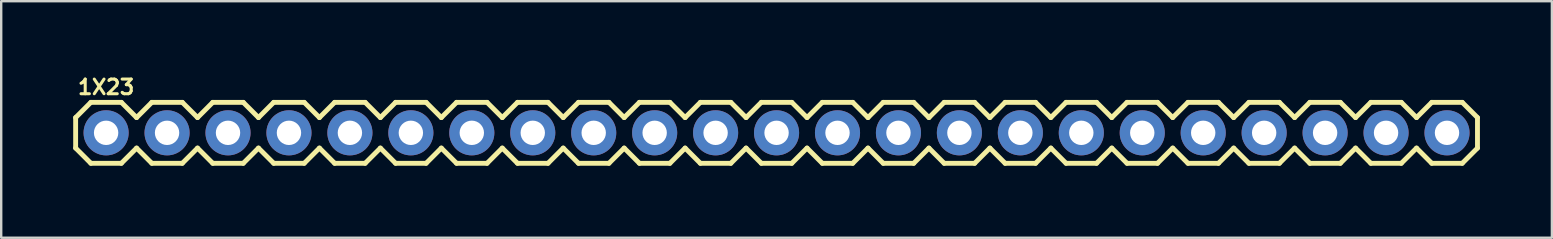
<source format=kicad_pcb>
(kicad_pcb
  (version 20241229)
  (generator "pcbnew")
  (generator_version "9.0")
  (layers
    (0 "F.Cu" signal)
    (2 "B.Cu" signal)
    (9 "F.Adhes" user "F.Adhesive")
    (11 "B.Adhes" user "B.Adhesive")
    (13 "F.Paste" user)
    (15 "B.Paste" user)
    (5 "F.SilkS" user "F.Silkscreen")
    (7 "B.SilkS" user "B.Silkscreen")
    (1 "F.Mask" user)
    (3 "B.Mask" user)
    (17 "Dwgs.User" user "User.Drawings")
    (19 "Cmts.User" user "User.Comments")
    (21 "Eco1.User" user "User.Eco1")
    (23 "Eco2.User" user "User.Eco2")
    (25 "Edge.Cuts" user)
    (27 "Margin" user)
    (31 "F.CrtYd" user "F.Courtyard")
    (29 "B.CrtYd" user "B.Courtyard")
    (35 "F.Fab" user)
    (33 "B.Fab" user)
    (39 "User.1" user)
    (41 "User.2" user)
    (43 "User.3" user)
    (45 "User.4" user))
  (footprint "1X23"
    (layer "F.Cu")
    (at 28.042 2.485)
    (property "Reference" "1X23" (at -26.67 -1.905 0) (layer "F.SilkS") (effects (font (size 0.61 0.61) (thickness 0.127))))
    (attr exclude_from_pos_files exclude_from_bom)
    (fp_line (start -27.94 -0.635) (end -27.94 0.635) (stroke (width 0.203) (type solid)) (layer "F.SilkS"))
    (fp_line (start -27.94 -0.635) (end -27.305 -1.27) (stroke (width 0.203) (type solid)) (layer "F.SilkS"))
    (fp_line (start -27.305 -1.27) (end -26.035 -1.27) (stroke (width 0.203) (type solid)) (layer "F.SilkS"))
    (fp_line (start -27.305 1.27) (end -27.94 0.635) (stroke (width 0.203) (type solid)) (layer "F.SilkS"))
    (fp_line (start -26.035 -1.27) (end -25.4 -0.635) (stroke (width 0.203) (type solid)) (layer "F.SilkS"))
    (fp_line (start -26.035 1.27) (end -27.305 1.27) (stroke (width 0.203) (type solid)) (layer "F.SilkS"))
    (fp_line (start -25.4 -0.635) (end -24.765 -1.27) (stroke (width 0.203) (type solid)) (layer "F.SilkS"))
    (fp_line (start -25.4 0.635) (end -26.035 1.27) (stroke (width 0.203) (type solid)) (layer "F.SilkS"))
    (fp_line (start -24.765 -1.27) (end -23.495 -1.27) (stroke (width 0.203) (type solid)) (layer "F.SilkS"))
    (fp_line (start -24.765 1.27) (end -25.4 0.635) (stroke (width 0.203) (type solid)) (layer "F.SilkS"))
    (fp_line (start -23.495 -1.27) (end -22.86 -0.635) (stroke (width 0.203) (type solid)) (layer "F.SilkS"))
    (fp_line (start -23.495 1.27) (end -24.765 1.27) (stroke (width 0.203) (type solid)) (layer "F.SilkS"))
    (fp_line (start -22.86 0.635) (end -23.495 1.27) (stroke (width 0.203) (type solid)) (layer "F.SilkS"))
    (fp_line (start -22.86 0.635) (end -22.225 1.27) (stroke (width 0.203) (type solid)) (layer "F.SilkS"))
    (fp_line (start -22.225 -1.27) (end -22.86 -0.635) (stroke (width 0.203) (type solid)) (layer "F.SilkS"))
    (fp_line (start -22.225 -1.27) (end -20.955 -1.27) (stroke (width 0.203) (type solid)) (layer "F.SilkS"))
    (fp_line (start -20.955 -1.27) (end -20.32 -0.635) (stroke (width 0.203) (type solid)) (layer "F.SilkS"))
    (fp_line (start -20.955 1.27) (end -22.225 1.27) (stroke (width 0.203) (type solid)) (layer "F.SilkS"))
    (fp_line (start -20.32 -0.635) (end -19.685 -1.27) (stroke (width 0.203) (type solid)) (layer "F.SilkS"))
    (fp_line (start -20.32 0.635) (end -20.955 1.27) (stroke (width 0.203) (type solid)) (layer "F.SilkS"))
    (fp_line (start -19.685 -1.27) (end -18.415 -1.27) (stroke (width 0.203) (type solid)) (layer "F.SilkS"))
    (fp_line (start -19.685 1.27) (end -20.32 0.635) (stroke (width 0.203) (type solid)) (layer "F.SilkS"))
    (fp_line (start -18.415 -1.27) (end -17.78 -0.635) (stroke (width 0.203) (type solid)) (layer "F.SilkS"))
    (fp_line (start -18.415 1.27) (end -19.685 1.27) (stroke (width 0.203) (type solid)) (layer "F.SilkS"))
    (fp_line (start -17.78 -0.635) (end -17.145 -1.27) (stroke (width 0.203) (type solid)) (layer "F.SilkS"))
    (fp_line (start -17.78 0.635) (end -18.415 1.27) (stroke (width 0.203) (type solid)) (layer "F.SilkS"))
    (fp_line (start -17.145 -1.27) (end -15.875 -1.27) (stroke (width 0.203) (type solid)) (layer "F.SilkS"))
    (fp_line (start -17.145 1.27) (end -17.78 0.635) (stroke (width 0.203) (type solid)) (layer "F.SilkS"))
    (fp_line (start -15.875 -1.27) (end -15.24 -0.635) (stroke (width 0.203) (type solid)) (layer "F.SilkS"))
    (fp_line (start -15.875 1.27) (end -17.145 1.27) (stroke (width 0.203) (type solid)) (layer "F.SilkS"))
    (fp_line (start -15.24 0.635) (end -15.875 1.27) (stroke (width 0.203) (type solid)) (layer "F.SilkS"))
    (fp_line (start -15.24 0.635) (end -14.605 1.27) (stroke (width 0.203) (type solid)) (layer "F.SilkS"))
    (fp_line (start -14.605 -1.27) (end -15.24 -0.635) (stroke (width 0.203) (type solid)) (layer "F.SilkS"))
    (fp_line (start -14.605 -1.27) (end -13.335 -1.27) (stroke (width 0.203) (type solid)) (layer "F.SilkS"))
    (fp_line (start -13.335 -1.27) (end -12.7 -0.635) (stroke (width 0.203) (type solid)) (layer "F.SilkS"))
    (fp_line (start -13.335 1.27) (end -14.605 1.27) (stroke (width 0.203) (type solid)) (layer "F.SilkS"))
    (fp_line (start -12.7 0.635) (end -13.335 1.27) (stroke (width 0.203) (type solid)) (layer "F.SilkS"))
    (fp_line (start -12.7 0.635) (end -12.065 1.27) (stroke (width 0.203) (type solid)) (layer "F.SilkS"))
    (fp_line (start -12.065 -1.27) (end -12.7 -0.635) (stroke (width 0.203) (type solid)) (layer "F.SilkS"))
    (fp_line (start -12.065 -1.27) (end -10.795 -1.27) (stroke (width 0.203) (type solid)) (layer "F.SilkS"))
    (fp_line (start -10.795 -1.27) (end -10.16 -0.635) (stroke (width 0.203) (type solid)) (layer "F.SilkS"))
    (fp_line (start -10.795 1.27) (end -12.065 1.27) (stroke (width 0.203) (type solid)) (layer "F.SilkS"))
    (fp_line (start -10.16 -0.635) (end -9.525 -1.27) (stroke (width 0.203) (type solid)) (layer "F.SilkS"))
    (fp_line (start -10.16 0.635) (end -10.795 1.27) (stroke (width 0.203) (type solid)) (layer "F.SilkS"))
    (fp_line (start -9.525 -1.27) (end -8.255 -1.27) (stroke (width 0.203) (type solid)) (layer "F.SilkS"))
    (fp_line (start -9.525 1.27) (end -10.16 0.635) (stroke (width 0.203) (type solid)) (layer "F.SilkS"))
    (fp_line (start -8.255 -1.27) (end -7.62 -0.635) (stroke (width 0.203) (type solid)) (layer "F.SilkS"))
    (fp_line (start -8.255 1.27) (end -9.525 1.27) (stroke (width 0.203) (type solid)) (layer "F.SilkS"))
    (fp_line (start -7.62 -0.635) (end -6.985 -1.27) (stroke (width 0.203) (type solid)) (layer "F.SilkS"))
    (fp_line (start -7.62 0.635) (end -8.255 1.27) (stroke (width 0.203) (type solid)) (layer "F.SilkS"))
    (fp_line (start -6.985 -1.27) (end -5.715 -1.27) (stroke (width 0.203) (type solid)) (layer "F.SilkS"))
    (fp_line (start -6.985 1.27) (end -7.62 0.635) (stroke (width 0.203) (type solid)) (layer "F.SilkS"))
    (fp_line (start -5.715 -1.27) (end -5.08 -0.635) (stroke (width 0.203) (type solid)) (layer "F.SilkS"))
    (fp_line (start -5.715 1.27) (end -6.985 1.27) (stroke (width 0.203) (type solid)) (layer "F.SilkS"))
    (fp_line (start -5.08 0.635) (end -5.715 1.27) (stroke (width 0.203) (type solid)) (layer "F.SilkS"))
    (fp_line (start -5.08 0.635) (end -4.445 1.27) (stroke (width 0.203) (type solid)) (layer "F.SilkS"))
    (fp_line (start -4.445 -1.27) (end -5.08 -0.635) (stroke (width 0.203) (type solid)) (layer "F.SilkS"))
    (fp_line (start -4.445 -1.27) (end -3.175 -1.27) (stroke (width 0.203) (type solid)) (layer "F.SilkS"))
    (fp_line (start -3.175 -1.27) (end -2.54 -0.635) (stroke (width 0.203) (type solid)) (layer "F.SilkS"))
    (fp_line (start -3.175 1.27) (end -4.445 1.27) (stroke (width 0.203) (type solid)) (layer "F.SilkS"))
    (fp_line (start -2.54 -0.635) (end -1.905 -1.27) (stroke (width 0.203) (type solid)) (layer "F.SilkS"))
    (fp_line (start -2.54 0.635) (end -3.175 1.27) (stroke (width 0.203) (type solid)) (layer "F.SilkS"))
    (fp_line (start -1.905 -1.27) (end -0.635 -1.27) (stroke (width 0.203) (type solid)) (layer "F.SilkS"))
    (fp_line (start -1.905 1.27) (end -2.54 0.635) (stroke (width 0.203) (type solid)) (layer "F.SilkS"))
    (fp_line (start -0.635 -1.27) (end 0 -0.635) (stroke (width 0.203) (type solid)) (layer "F.SilkS"))
    (fp_line (start -0.635 1.27) (end -1.905 1.27) (stroke (width 0.203) (type solid)) (layer "F.SilkS"))
    (fp_line (start 0 -0.635) (end 0.635 -1.27) (stroke (width 0.203) (type solid)) (layer "F.SilkS"))
    (fp_line (start 0 0.635) (end -0.635 1.27) (stroke (width 0.203) (type solid)) (layer "F.SilkS"))
    (fp_line (start 0.635 -1.27) (end 1.905 -1.27) (stroke (width 0.203) (type solid)) (layer "F.SilkS"))
    (fp_line (start 0.635 1.27) (end 0 0.635) (stroke (width 0.203) (type solid)) (layer "F.SilkS"))
    (fp_line (start 1.905 -1.27) (end 2.54 -0.635) (stroke (width 0.203) (type solid)) (layer "F.SilkS"))
    (fp_line (start 1.905 1.27) (end 0.635 1.27) (stroke (width 0.203) (type solid)) (layer "F.SilkS"))
    (fp_line (start 2.54 0.635) (end 1.905 1.27) (stroke (width 0.203) (type solid)) (layer "F.SilkS"))
    (fp_line (start 2.54 0.635) (end 3.175 1.27) (stroke (width 0.203) (type solid)) (layer "F.SilkS"))
    (fp_line (start 3.175 -1.27) (end 2.54 -0.635) (stroke (width 0.203) (type solid)) (layer "F.SilkS"))
    (fp_line (start 3.175 -1.27) (end 4.445 -1.27) (stroke (width 0.203) (type solid)) (layer "F.SilkS"))
    (fp_line (start 4.445 -1.27) (end 5.08 -0.635) (stroke (width 0.203) (type solid)) (layer "F.SilkS"))
    (fp_line (start 4.445 1.27) (end 3.175 1.27) (stroke (width 0.203) (type solid)) (layer "F.SilkS"))
    (fp_line (start 5.08 0.635) (end 4.445 1.27) (stroke (width 0.203) (type solid)) (layer "F.SilkS"))
    (fp_line (start 5.08 0.635) (end 5.715 1.27) (stroke (width 0.203) (type solid)) (layer "F.SilkS"))
    (fp_line (start 5.715 -1.27) (end 5.08 -0.635) (stroke (width 0.203) (type solid)) (layer "F.SilkS"))
    (fp_line (start 5.715 -1.27) (end 6.985 -1.27) (stroke (width 0.203) (type solid)) (layer "F.SilkS"))
    (fp_line (start 6.985 -1.27) (end 7.62 -0.635) (stroke (width 0.203) (type solid)) (layer "F.SilkS"))
    (fp_line (start 6.985 1.27) (end 5.715 1.27) (stroke (width 0.203) (type solid)) (layer "F.SilkS"))
    (fp_line (start 7.62 0.635) (end 6.985 1.27) (stroke (width 0.203) (type solid)) (layer "F.SilkS"))
    (fp_line (start 7.62 0.635) (end 8.255 1.27) (stroke (width 0.203) (type solid)) (layer "F.SilkS"))
    (fp_line (start 8.255 -1.27) (end 7.62 -0.635) (stroke (width 0.203) (type solid)) (layer "F.SilkS"))
    (fp_line (start 8.255 -1.27) (end 9.525 -1.27) (stroke (width 0.203) (type solid)) (layer "F.SilkS"))
    (fp_line (start 9.525 -1.27) (end 10.16 -0.635) (stroke (width 0.203) (type solid)) (layer "F.SilkS"))
    (fp_line (start 9.525 1.27) (end 8.255 1.27) (stroke (width 0.203) (type solid)) (layer "F.SilkS"))
    (fp_line (start 10.16 0.635) (end 9.525 1.27) (stroke (width 0.203) (type solid)) (layer "F.SilkS"))
    (fp_line (start 10.16 0.635) (end 10.795 1.27) (stroke (width 0.203) (type solid)) (layer "F.SilkS"))
    (fp_line (start 10.795 -1.27) (end 10.16 -0.635) (stroke (width 0.203) (type solid)) (layer "F.SilkS"))
    (fp_line (start 10.795 -1.27) (end 12.065 -1.27) (stroke (width 0.203) (type solid)) (layer "F.SilkS"))
    (fp_line (start 12.065 -1.27) (end 12.7 -0.635) (stroke (width 0.203) (type solid)) (layer "F.SilkS"))
    (fp_line (start 12.065 1.27) (end 10.795 1.27) (stroke (width 0.203) (type solid)) (layer "F.SilkS"))
    (fp_line (start 12.7 0.635) (end 12.065 1.27) (stroke (width 0.203) (type solid)) (layer "F.SilkS"))
    (fp_line (start 12.7 0.635) (end 13.335 1.27) (stroke (width 0.203) (type solid)) (layer "F.SilkS"))
    (fp_line (start 13.335 -1.27) (end 12.7 -0.635) (stroke (width 0.203) (type solid)) (layer "F.SilkS"))
    (fp_line (start 13.335 -1.27) (end 14.605 -1.27) (stroke (width 0.203) (type solid)) (layer "F.SilkS"))
    (fp_line (start 14.605 -1.27) (end 15.24 -0.635) (stroke (width 0.203) (type solid)) (layer "F.SilkS"))
    (fp_line (start 14.605 1.27) (end 13.335 1.27) (stroke (width 0.203) (type solid)) (layer "F.SilkS"))
    (fp_line (start 15.24 0.635) (end 14.605 1.27) (stroke (width 0.203) (type solid)) (layer "F.SilkS"))
    (fp_line (start 15.24 0.635) (end 15.875 1.27) (stroke (width 0.203) (type solid)) (layer "F.SilkS"))
    (fp_line (start 15.875 -1.27) (end 15.24 -0.635) (stroke (width 0.203) (type solid)) (layer "F.SilkS"))
    (fp_line (start 15.875 -1.27) (end 17.145 -1.27) (stroke (width 0.203) (type solid)) (layer "F.SilkS"))
    (fp_line (start 17.145 -1.27) (end 17.78 -0.635) (stroke (width 0.203) (type solid)) (layer "F.SilkS"))
    (fp_line (start 17.145 1.27) (end 15.875 1.27) (stroke (width 0.203) (type solid)) (layer "F.SilkS"))
    (fp_line (start 17.78 0.635) (end 17.145 1.27) (stroke (width 0.203) (type solid)) (layer "F.SilkS"))
    (fp_line (start 17.78 0.635) (end 18.415 1.27) (stroke (width 0.203) (type solid)) (layer "F.SilkS"))
    (fp_line (start 18.415 -1.27) (end 17.78 -0.635) (stroke (width 0.203) (type solid)) (layer "F.SilkS"))
    (fp_line (start 18.415 -1.27) (end 19.685 -1.27) (stroke (width 0.203) (type solid)) (layer "F.SilkS"))
    (fp_line (start 19.685 -1.27) (end 20.32 -0.635) (stroke (width 0.203) (type solid)) (layer "F.SilkS"))
    (fp_line (start 19.685 1.27) (end 18.415 1.27) (stroke (width 0.203) (type solid)) (layer "F.SilkS"))
    (fp_line (start 20.32 0.635) (end 19.685 1.27) (stroke (width 0.203) (type solid)) (layer "F.SilkS"))
    (fp_line (start 20.32 0.635) (end 20.955 1.27) (stroke (width 0.203) (type solid)) (layer "F.SilkS"))
    (fp_line (start 20.955 -1.27) (end 20.32 -0.635) (stroke (width 0.203) (type solid)) (layer "F.SilkS"))
    (fp_line (start 20.955 -1.27) (end 22.225 -1.27) (stroke (width 0.203) (type solid)) (layer "F.SilkS"))
    (fp_line (start 22.225 -1.27) (end 22.86 -0.635) (stroke (width 0.203) (type solid)) (layer "F.SilkS"))
    (fp_line (start 22.225 1.27) (end 20.955 1.27) (stroke (width 0.203) (type solid)) (layer "F.SilkS"))
    (fp_line (start 22.86 0.635) (end 22.225 1.27) (stroke (width 0.203) (type solid)) (layer "F.SilkS"))
    (fp_line (start 22.86 0.635) (end 23.495 1.27) (stroke (width 0.203) (type solid)) (layer "F.SilkS"))
    (fp_line (start 23.495 -1.27) (end 22.86 -0.635) (stroke (width 0.203) (type solid)) (layer "F.SilkS"))
    (fp_line (start 23.495 -1.27) (end 24.765 -1.27) (stroke (width 0.203) (type solid)) (layer "F.SilkS"))
    (fp_line (start 24.765 -1.27) (end 25.4 -0.635) (stroke (width 0.203) (type solid)) (layer "F.SilkS"))
    (fp_line (start 24.765 1.27) (end 23.495 1.27) (stroke (width 0.203) (type solid)) (layer "F.SilkS"))
    (fp_line (start 25.4 0.635) (end 24.765 1.27) (stroke (width 0.203) (type solid)) (layer "F.SilkS"))
    (fp_line (start 25.4 0.635) (end 26.035 1.27) (stroke (width 0.203) (type solid)) (layer "F.SilkS"))
    (fp_line (start 26.035 -1.27) (end 25.4 -0.635) (stroke (width 0.203) (type solid)) (layer "F.SilkS"))
    (fp_line (start 26.035 -1.27) (end 27.305 -1.27) (stroke (width 0.203) (type solid)) (layer "F.SilkS"))
    (fp_line (start 27.305 -1.27) (end 27.94 -0.635) (stroke (width 0.203) (type solid)) (layer "F.SilkS"))
    (fp_line (start 27.305 1.27) (end 26.035 1.27) (stroke (width 0.203) (type solid)) (layer "F.SilkS"))
    (fp_line (start 27.94 0.635) (end 27.305 1.27) (stroke (width 0.203) (type solid)) (layer "F.SilkS"))
    (fp_line (start 27.94 0.635) (end 28.575 1.27) (stroke (width 0.203) (type solid)) (layer "F.SilkS"))
    (fp_line (start 28.575 -1.27) (end 27.94 -0.635) (stroke (width 0.203) (type solid)) (layer "F.SilkS"))
    (fp_line (start 28.575 -1.27) (end 29.845 -1.27) (stroke (width 0.203) (type solid)) (layer "F.SilkS"))
    (fp_line (start 29.845 -1.27) (end 30.48 -0.635) (stroke (width 0.203) (type solid)) (layer "F.SilkS"))
    (fp_line (start 29.845 1.27) (end 28.575 1.27) (stroke (width 0.203) (type solid)) (layer "F.SilkS"))
    (fp_line (start 30.48 -0.635) (end 30.48 0.635) (stroke (width 0.203) (type solid)) (layer "F.SilkS"))
    (fp_line (start 30.48 0.635) (end 29.845 1.27) (stroke (width 0.203) (type solid)) (layer "F.SilkS"))
    (pad "2" thru_hole circle (at -26.67 0) (size 1.88 1.88) (drill 1.016) (layers "*.Cu" "*.Paste" "*.Mask"))
    (pad "3" thru_hole circle (at -24.13 0) (size 1.88 1.88) (drill 1.016) (layers "*.Cu" "*.Paste" "*.Mask"))
    (pad "4" thru_hole circle (at -21.59 0) (size 1.88 1.88) (drill 1.016) (layers "*.Cu" "*.Paste" "*.Mask"))
    (pad "5" thru_hole circle (at -19.05 0) (size 1.88 1.88) (drill 1.016) (layers "*.Cu" "*.Paste" "*.Mask"))
    (pad "6" thru_hole circle (at -16.51 0) (size 1.88 1.88) (drill 1.016) (layers "*.Cu" "*.Paste" "*.Mask"))
    (pad "7" thru_hole circle (at -13.97 0) (size 1.88 1.88) (drill 1.016) (layers "*.Cu" "*.Paste" "*.Mask"))
    (pad "8" thru_hole circle (at -11.43 0) (size 1.88 1.88) (drill 1.016) (layers "*.Cu" "*.Paste" "*.Mask"))
    (pad "9" thru_hole circle (at -8.89 0) (size 1.88 1.88) (drill 1.016) (layers "*.Cu" "*.Paste" "*.Mask"))
    (pad "10" thru_hole circle (at -6.35 0) (size 1.88 1.88) (drill 1.016) (layers "*.Cu" "*.Paste" "*.Mask"))
    (pad "11" thru_hole circle (at -3.81 0) (size 1.88 1.88) (drill 1.016) (layers "*.Cu" "*.Paste" "*.Mask"))
    (pad "12" thru_hole circle (at -1.27 0) (size 1.88 1.88) (drill 1.016) (layers "*.Cu" "*.Paste" "*.Mask"))
    (pad "13" thru_hole circle (at 1.27 0) (size 1.88 1.88) (drill 1.016) (layers "*.Cu" "*.Paste" "*.Mask"))
    (pad "14" thru_hole circle (at 3.81 0) (size 1.88 1.88) (drill 1.016) (layers "*.Cu" "*.Paste" "*.Mask"))
    (pad "15" thru_hole circle (at 6.35 0) (size 1.88 1.88) (drill 1.016) (layers "*.Cu" "*.Paste" "*.Mask"))
    (pad "16" thru_hole circle (at 8.89 0) (size 1.88 1.88) (drill 1.016) (layers "*.Cu" "*.Paste" "*.Mask"))
    (pad "17" thru_hole circle (at 11.43 0) (size 1.88 1.88) (drill 1.016) (layers "*.Cu" "*.Paste" "*.Mask"))
    (pad "18" thru_hole circle (at 13.97 0) (size 1.88 1.88) (drill 1.016) (layers "*.Cu" "*.Paste" "*.Mask"))
    (pad "19" thru_hole circle (at 16.51 0) (size 1.88 1.88) (drill 1.016) (layers "*.Cu" "*.Paste" "*.Mask"))
    (pad "20" thru_hole circle (at 19.05 0) (size 1.88 1.88) (drill 1.016) (layers "*.Cu" "*.Paste" "*.Mask"))
    (pad "21" thru_hole circle (at 21.59 0) (size 1.88 1.88) (drill 1.016) (layers "*.Cu" "*.Paste" "*.Mask"))
    (pad "22" thru_hole circle (at 24.13 0) (size 1.88 1.88) (drill 1.016) (layers "*.Cu" "*.Paste" "*.Mask"))
    (pad "23" thru_hole circle (at 26.67 0) (size 1.88 1.88) (drill 1.016) (layers "*.Cu" "*.Paste" "*.Mask"))
    (pad "24" thru_hole circle (at 29.21 0) (size 1.88 1.88) (drill 1.016) (layers "*.Cu" "*.Paste" "*.Mask")))
  (gr_rect
    (start -3 -3)
    (end 61.623 6.856)
    (stroke (width 0.1) (type default))
    (fill no)
    (layer "Edge.Cuts")))
</source>
